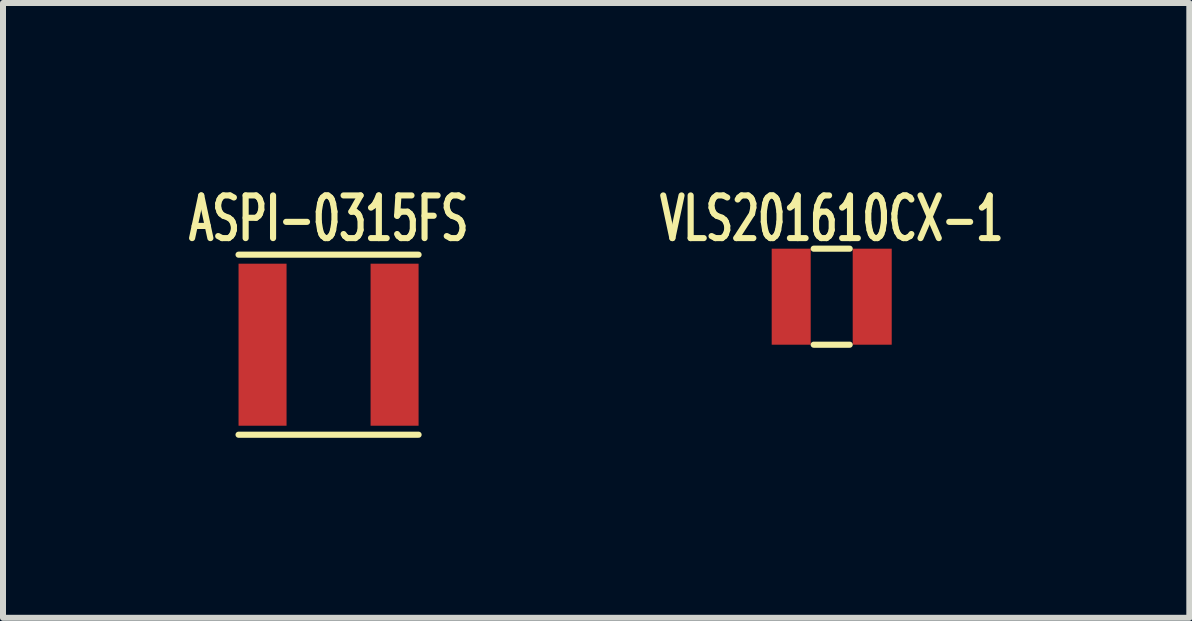
<source format=kicad_pcb>
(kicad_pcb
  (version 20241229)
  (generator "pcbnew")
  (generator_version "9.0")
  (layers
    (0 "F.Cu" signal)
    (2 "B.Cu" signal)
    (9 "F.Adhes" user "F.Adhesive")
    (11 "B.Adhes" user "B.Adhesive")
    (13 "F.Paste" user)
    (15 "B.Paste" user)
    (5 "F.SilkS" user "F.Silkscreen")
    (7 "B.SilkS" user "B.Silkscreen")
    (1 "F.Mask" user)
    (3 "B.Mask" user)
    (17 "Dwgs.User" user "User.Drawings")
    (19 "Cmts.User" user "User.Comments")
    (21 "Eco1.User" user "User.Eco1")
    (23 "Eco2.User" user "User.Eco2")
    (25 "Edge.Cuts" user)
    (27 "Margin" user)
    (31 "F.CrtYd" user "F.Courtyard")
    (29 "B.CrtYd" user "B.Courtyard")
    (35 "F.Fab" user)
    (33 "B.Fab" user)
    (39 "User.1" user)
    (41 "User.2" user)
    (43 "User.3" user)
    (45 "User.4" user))
  (footprint "ASPI-0315FS"
    (layer "F.Cu")
    (at 2.425 2.694)
    (property "Reference" "ASPI-0315FS" (at 0 -2.1 0) (layer "F.SilkS") (effects (font (size 0.711 0.457) (thickness 0.102))))
    (attr through_hole)
    (fp_line (start -1.5 -1.5) (end 1.5 -1.5) (stroke (width 0.102) (type solid)) (layer "F.SilkS"))
    (fp_line (start -1.5 1.5) (end 1.5 1.5) (stroke (width 0.102) (type solid)) (layer "F.SilkS"))
    (pad "1" smd rect (at -1.1 0) (size 0.8 2.7) (layers "F.Cu" "F.Mask" "F.Paste"))
    (pad "2" smd rect (at 1.1 0) (size 0.8 2.7) (layers "F.Cu" "F.Mask" "F.Paste")))
  (footprint "VLS201610CX-1"
    (layer "F.Cu")
    (at 10.809 1.894)
    (property "Reference" "VLS201610CX-1" (at 0 -1.3 0) (layer "F.SilkS") (effects (font (size 0.711 0.457) (thickness 0.102))))
    (attr through_hole)
    (fp_line (start -0.3 -0.8) (end 0.3 -0.8) (stroke (width 0.102) (type solid)) (layer "F.SilkS"))
    (fp_line (start -0.3 0.8) (end 0.3 0.8) (stroke (width 0.102) (type solid)) (layer "F.SilkS"))
    (pad "1" smd rect (at -0.675 0) (size 0.65 1.6) (layers "F.Cu" "F.Mask" "F.Paste"))
    (pad "2" smd rect (at 0.675 0) (size 0.65 1.6) (layers "F.Cu" "F.Mask" "F.Paste")))
  (gr_rect
    (start -3 -3)
    (end 16.768 7.245)
    (stroke (width 0.1) (type default))
    (fill no)
    (layer "Edge.Cuts")))
</source>
